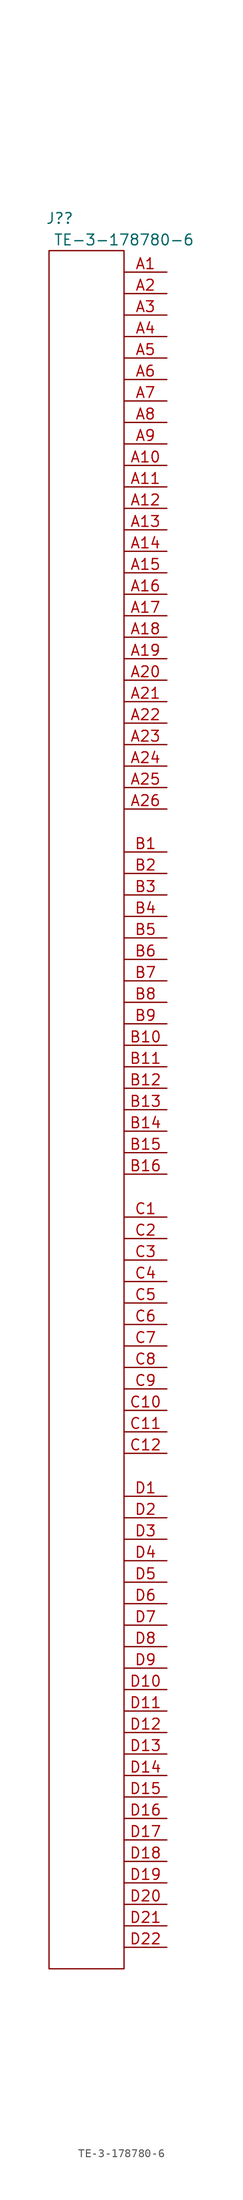
<source format=kicad_sym>
(kicad_symbol_lib
  (version 20210619)
  (generator kicad_symbol_editor)
  (symbol "TE-3-178780-6_76P:TE-3-178780-6"
    (pin_names
      (offset 1.016))
    (property "Reference" "J?"
      (at 1.27 3.81 0)
      (effects (font (size 1.27 1.27))))
    (property "Value" "TE-3-178780-6"
      (at 8.89 1.27 0)
      (effects (font (size 1.27 1.27))))
    (symbol "TE-3-178780-6_0_1"
      (rectangle (start 8.89 -203.2) (end 0 0) (stroke (width 0.152)) (fill (type none))))
    (symbol "TE-3-178780-6_1_1"
      (pin passive line (at 13.97 -2.54 180) (length 5.08) (name "" (effects (font (size 1.27 1.27)))) (number "A1" (effects (font (size 1.27 1.27)))))
      (pin passive line (at 13.97 -25.4 180) (length 5.08) (name "" (effects (font (size 1.27 1.27)))) (number "A10" (effects (font (size 1.27 1.27)))))
      (pin passive line (at 13.97 -27.94 180) (length 5.08) (name "" (effects (font (size 1.27 1.27)))) (number "A11" (effects (font (size 1.27 1.27)))))
      (pin passive line (at 13.97 -30.48 180) (length 5.08) (name "" (effects (font (size 1.27 1.27)))) (number "A12" (effects (font (size 1.27 1.27)))))
      (pin passive line (at 13.97 -33.02 180) (length 5.08) (name "" (effects (font (size 1.27 1.27)))) (number "A13" (effects (font (size 1.27 1.27)))))
      (pin passive line (at 13.97 -35.56 180) (length 5.08) (name "" (effects (font (size 1.27 1.27)))) (number "A14" (effects (font (size 1.27 1.27)))))
      (pin passive line (at 13.97 -38.1 180) (length 5.08) (name "" (effects (font (size 1.27 1.27)))) (number "A15" (effects (font (size 1.27 1.27)))))
      (pin passive line (at 13.97 -40.64 180) (length 5.08) (name "" (effects (font (size 1.27 1.27)))) (number "A16" (effects (font (size 1.27 1.27)))))
      (pin passive line (at 13.97 -43.18 180) (length 5.08) (name "" (effects (font (size 1.27 1.27)))) (number "A17" (effects (font (size 1.27 1.27)))))
      (pin passive line (at 13.97 -45.72 180) (length 5.08) (name "" (effects (font (size 1.27 1.27)))) (number "A18" (effects (font (size 1.27 1.27)))))
      (pin passive line (at 13.97 -48.26 180) (length 5.08) (name "" (effects (font (size 1.27 1.27)))) (number "A19" (effects (font (size 1.27 1.27)))))
      (pin passive line (at 13.97 -5.08 180) (length 5.08) (name "" (effects (font (size 1.27 1.27)))) (number "A2" (effects (font (size 1.27 1.27)))))
      (pin passive line (at 13.97 -50.8 180) (length 5.08) (name "" (effects (font (size 1.27 1.27)))) (number "A20" (effects (font (size 1.27 1.27)))))
      (pin passive line (at 13.97 -53.34 180) (length 5.08) (name "" (effects (font (size 1.27 1.27)))) (number "A21" (effects (font (size 1.27 1.27)))))
      (pin passive line (at 13.97 -55.88 180) (length 5.08) (name "" (effects (font (size 1.27 1.27)))) (number "A22" (effects (font (size 1.27 1.27)))))
      (pin passive line (at 13.97 -58.42 180) (length 5.08) (name "" (effects (font (size 1.27 1.27)))) (number "A23" (effects (font (size 1.27 1.27)))))
      (pin passive line (at 13.97 -60.96 180) (length 5.08) (name "" (effects (font (size 1.27 1.27)))) (number "A24" (effects (font (size 1.27 1.27)))))
      (pin passive line (at 13.97 -63.5 180) (length 5.08) (name "" (effects (font (size 1.27 1.27)))) (number "A25" (effects (font (size 1.27 1.27)))))
      (pin passive line (at 13.97 -66.04 180) (length 5.08) (name "" (effects (font (size 1.27 1.27)))) (number "A26" (effects (font (size 1.27 1.27)))))
      (pin passive line (at 13.97 -7.62 180) (length 5.08) (name "" (effects (font (size 1.27 1.27)))) (number "A3" (effects (font (size 1.27 1.27)))))
      (pin passive line (at 13.97 -10.16 180) (length 5.08) (name "" (effects (font (size 1.27 1.27)))) (number "A4" (effects (font (size 1.27 1.27)))))
      (pin passive line (at 13.97 -12.7 180) (length 5.08) (name "" (effects (font (size 1.27 1.27)))) (number "A5" (effects (font (size 1.27 1.27)))))
      (pin passive line (at 13.97 -15.24 180) (length 5.08) (name "" (effects (font (size 1.27 1.27)))) (number "A6" (effects (font (size 1.27 1.27)))))
      (pin passive line (at 13.97 -17.78 180) (length 5.08) (name "" (effects (font (size 1.27 1.27)))) (number "A7" (effects (font (size 1.27 1.27)))))
      (pin passive line (at 13.97 -20.32 180) (length 5.08) (name "" (effects (font (size 1.27 1.27)))) (number "A8" (effects (font (size 1.27 1.27)))))
      (pin passive line (at 13.97 -22.86 180) (length 5.08) (name "" (effects (font (size 1.27 1.27)))) (number "A9" (effects (font (size 1.27 1.27)))))
      (pin passive line (at 13.97 -71.12 180) (length 5.08) (name "" (effects (font (size 1.27 1.27)))) (number "B1" (effects (font (size 1.27 1.27)))))
      (pin passive line (at 13.97 -93.98 180) (length 5.08) (name "" (effects (font (size 1.27 1.27)))) (number "B10" (effects (font (size 1.27 1.27)))))
      (pin passive line (at 13.97 -96.52 180) (length 5.08) (name "" (effects (font (size 1.27 1.27)))) (number "B11" (effects (font (size 1.27 1.27)))))
      (pin passive line (at 13.97 -99.06 180) (length 5.08) (name "" (effects (font (size 1.27 1.27)))) (number "B12" (effects (font (size 1.27 1.27)))))
      (pin passive line (at 13.97 -101.6 180) (length 5.08) (name "" (effects (font (size 1.27 1.27)))) (number "B13" (effects (font (size 1.27 1.27)))))
      (pin passive line (at 13.97 -104.14 180) (length 5.08) (name "" (effects (font (size 1.27 1.27)))) (number "B14" (effects (font (size 1.27 1.27)))))
      (pin passive line (at 13.97 -106.68 180) (length 5.08) (name "" (effects (font (size 1.27 1.27)))) (number "B15" (effects (font (size 1.27 1.27)))))
      (pin passive line (at 13.97 -109.22 180) (length 5.08) (name "" (effects (font (size 1.27 1.27)))) (number "B16" (effects (font (size 1.27 1.27)))))
      (pin passive line (at 13.97 -73.66 180) (length 5.08) (name "" (effects (font (size 1.27 1.27)))) (number "B2" (effects (font (size 1.27 1.27)))))
      (pin passive line (at 13.97 -76.2 180) (length 5.08) (name "" (effects (font (size 1.27 1.27)))) (number "B3" (effects (font (size 1.27 1.27)))))
      (pin passive line (at 13.97 -78.74 180) (length 5.08) (name "" (effects (font (size 1.27 1.27)))) (number "B4" (effects (font (size 1.27 1.27)))))
      (pin passive line (at 13.97 -81.28 180) (length 5.08) (name "" (effects (font (size 1.27 1.27)))) (number "B5" (effects (font (size 1.27 1.27)))))
      (pin passive line (at 13.97 -83.82 180) (length 5.08) (name "" (effects (font (size 1.27 1.27)))) (number "B6" (effects (font (size 1.27 1.27)))))
      (pin passive line (at 13.97 -86.36 180) (length 5.08) (name "" (effects (font (size 1.27 1.27)))) (number "B7" (effects (font (size 1.27 1.27)))))
      (pin passive line (at 13.97 -88.9 180) (length 5.08) (name "" (effects (font (size 1.27 1.27)))) (number "B8" (effects (font (size 1.27 1.27)))))
      (pin passive line (at 13.97 -91.44 180) (length 5.08) (name "" (effects (font (size 1.27 1.27)))) (number "B9" (effects (font (size 1.27 1.27)))))
      (pin passive line (at 13.97 -114.3 180) (length 5.08) (name "" (effects (font (size 1.27 1.27)))) (number "C1" (effects (font (size 1.27 1.27)))))
      (pin passive line (at 13.97 -137.16 180) (length 5.08) (name "" (effects (font (size 1.27 1.27)))) (number "C10" (effects (font (size 1.27 1.27)))))
      (pin passive line (at 13.97 -139.7 180) (length 5.08) (name "" (effects (font (size 1.27 1.27)))) (number "C11" (effects (font (size 1.27 1.27)))))
      (pin passive line (at 13.97 -142.24 180) (length 5.08) (name "" (effects (font (size 1.27 1.27)))) (number "C12" (effects (font (size 1.27 1.27)))))
      (pin passive line (at 13.97 -116.84 180) (length 5.08) (name "" (effects (font (size 1.27 1.27)))) (number "C2" (effects (font (size 1.27 1.27)))))
      (pin passive line (at 13.97 -119.38 180) (length 5.08) (name "" (effects (font (size 1.27 1.27)))) (number "C3" (effects (font (size 1.27 1.27)))))
      (pin passive line (at 13.97 -121.92 180) (length 5.08) (name "" (effects (font (size 1.27 1.27)))) (number "C4" (effects (font (size 1.27 1.27)))))
      (pin passive line (at 13.97 -124.46 180) (length 5.08) (name "" (effects (font (size 1.27 1.27)))) (number "C5" (effects (font (size 1.27 1.27)))))
      (pin passive line (at 13.97 -127 180) (length 5.08) (name "" (effects (font (size 1.27 1.27)))) (number "C6" (effects (font (size 1.27 1.27)))))
      (pin passive line (at 13.97 -129.54 180) (length 5.08) (name "" (effects (font (size 1.27 1.27)))) (number "C7" (effects (font (size 1.27 1.27)))))
      (pin passive line (at 13.97 -132.08 180) (length 5.08) (name "" (effects (font (size 1.27 1.27)))) (number "C8" (effects (font (size 1.27 1.27)))))
      (pin passive line (at 13.97 -134.62 180) (length 5.08) (name "" (effects (font (size 1.27 1.27)))) (number "C9" (effects (font (size 1.27 1.27)))))
      (pin passive line (at 13.97 -147.32 180) (length 5.08) (name "" (effects (font (size 1.27 1.27)))) (number "D1" (effects (font (size 1.27 1.27)))))
      (pin passive line (at 13.97 -170.18 180) (length 5.08) (name "" (effects (font (size 1.27 1.27)))) (number "D10" (effects (font (size 1.27 1.27)))))
      (pin passive line (at 13.97 -172.72 180) (length 5.08) (name "" (effects (font (size 1.27 1.27)))) (number "D11" (effects (font (size 1.27 1.27)))))
      (pin passive line (at 13.97 -175.26 180) (length 5.08) (name "" (effects (font (size 1.27 1.27)))) (number "D12" (effects (font (size 1.27 1.27)))))
      (pin passive line (at 13.97 -177.8 180) (length 5.08) (name "" (effects (font (size 1.27 1.27)))) (number "D13" (effects (font (size 1.27 1.27)))))
      (pin passive line (at 13.97 -180.34 180) (length 5.08) (name "" (effects (font (size 1.27 1.27)))) (number "D14" (effects (font (size 1.27 1.27)))))
      (pin passive line (at 13.97 -182.88 180) (length 5.08) (name "" (effects (font (size 1.27 1.27)))) (number "D15" (effects (font (size 1.27 1.27)))))
      (pin passive line (at 13.97 -185.42 180) (length 5.08) (name "" (effects (font (size 1.27 1.27)))) (number "D16" (effects (font (size 1.27 1.27)))))
      (pin passive line (at 13.97 -187.96 180) (length 5.08) (name "" (effects (font (size 1.27 1.27)))) (number "D17" (effects (font (size 1.27 1.27)))))
      (pin passive line (at 13.97 -190.5 180) (length 5.08) (name "" (effects (font (size 1.27 1.27)))) (number "D18" (effects (font (size 1.27 1.27)))))
      (pin passive line (at 13.97 -193.04 180) (length 5.08) (name "" (effects (font (size 1.27 1.27)))) (number "D19" (effects (font (size 1.27 1.27)))))
      (pin passive line (at 13.97 -149.86 180) (length 5.08) (name "" (effects (font (size 1.27 1.27)))) (number "D2" (effects (font (size 1.27 1.27)))))
      (pin passive line (at 13.97 -195.58 180) (length 5.08) (name "" (effects (font (size 1.27 1.27)))) (number "D20" (effects (font (size 1.27 1.27)))))
      (pin passive line (at 13.97 -198.12 180) (length 5.08) (name "" (effects (font (size 1.27 1.27)))) (number "D21" (effects (font (size 1.27 1.27)))))
      (pin passive line (at 13.97 -200.66 180) (length 5.08) (name "" (effects (font (size 1.27 1.27)))) (number "D22" (effects (font (size 1.27 1.27)))))
      (pin passive line (at 13.97 -152.4 180) (length 5.08) (name "" (effects (font (size 1.27 1.27)))) (number "D3" (effects (font (size 1.27 1.27)))))
      (pin passive line (at 13.97 -154.94 180) (length 5.08) (name "" (effects (font (size 1.27 1.27)))) (number "D4" (effects (font (size 1.27 1.27)))))
      (pin passive line (at 13.97 -157.48 180) (length 5.08) (name "" (effects (font (size 1.27 1.27)))) (number "D5" (effects (font (size 1.27 1.27)))))
      (pin passive line (at 13.97 -160.02 180) (length 5.08) (name "" (effects (font (size 1.27 1.27)))) (number "D6" (effects (font (size 1.27 1.27)))))
      (pin passive line (at 13.97 -162.56 180) (length 5.08) (name "" (effects (font (size 1.27 1.27)))) (number "D7" (effects (font (size 1.27 1.27)))))
      (pin passive line (at 13.97 -165.1 180) (length 5.08) (name "" (effects (font (size 1.27 1.27)))) (number "D8" (effects (font (size 1.27 1.27)))))
      (pin passive line (at 13.97 -167.64 180) (length 5.08) (name "" (effects (font (size 1.27 1.27)))) (number "D9" (effects (font (size 1.27 1.27))))))))
</source>
